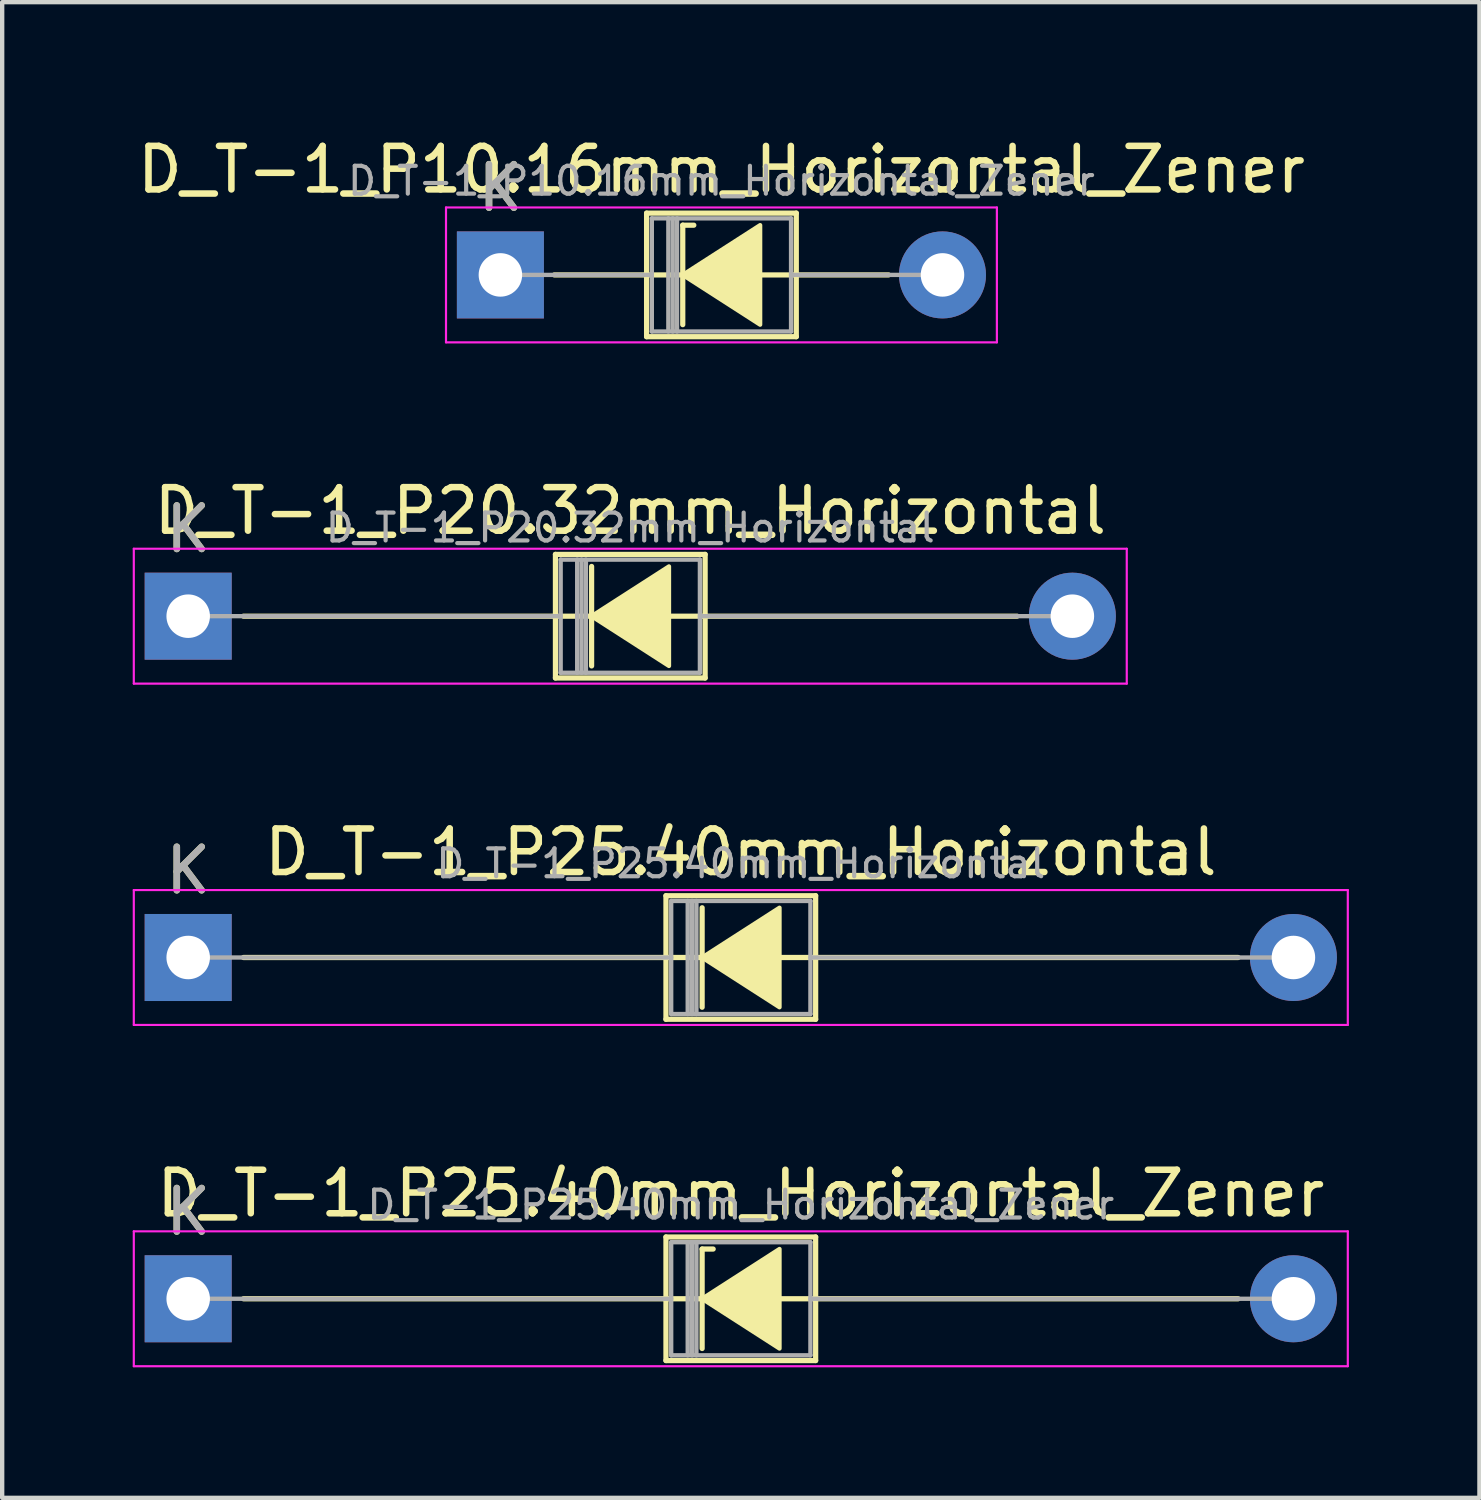
<source format=kicad_pcb>
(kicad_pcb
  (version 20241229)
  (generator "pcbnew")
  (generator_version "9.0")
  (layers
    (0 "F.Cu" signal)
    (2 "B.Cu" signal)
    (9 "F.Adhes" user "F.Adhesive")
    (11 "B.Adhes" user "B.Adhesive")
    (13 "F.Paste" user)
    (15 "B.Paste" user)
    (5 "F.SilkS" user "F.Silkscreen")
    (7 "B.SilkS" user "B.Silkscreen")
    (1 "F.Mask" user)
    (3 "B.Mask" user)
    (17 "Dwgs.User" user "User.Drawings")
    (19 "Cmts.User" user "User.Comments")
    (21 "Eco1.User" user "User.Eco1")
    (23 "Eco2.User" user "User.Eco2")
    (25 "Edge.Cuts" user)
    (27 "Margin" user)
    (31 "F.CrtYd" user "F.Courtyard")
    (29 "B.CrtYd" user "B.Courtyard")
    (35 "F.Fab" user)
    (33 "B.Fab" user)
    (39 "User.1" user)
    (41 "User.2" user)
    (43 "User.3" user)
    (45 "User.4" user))
  (footprint "D_T-1_P10.16mm_Horizontal_Zener"
    (layer "F.Cu")
    (at 8.45 3.268)
    (property "Reference" "D_T-1_P10.16mm_Horizontal_Zener" (at 5.08 -2.42 0) (layer "F.SilkS") (effects (font (size 1 1) (thickness 0.15))))
    (attr through_hole)
    (fp_line (start 1.24 0) (end 3.36 0) (stroke (width 0.12) (type solid)) (layer "F.SilkS"))
    (fp_line (start 3.36 -1.42) (end 3.36 1.42) (stroke (width 0.12) (type solid)) (layer "F.SilkS"))
    (fp_line (start 3.36 1.42) (end 6.8 1.42) (stroke (width 0.12) (type solid)) (layer "F.SilkS"))
    (fp_line (start 4.191 -1.143) (end 4.191 1.143) (stroke (width 0.12) (type solid)) (layer "F.SilkS"))
    (fp_line (start 4.191 -1.143) (end 4.445 -1.143) (stroke (width 0.12) (type solid)) (layer "F.SilkS"))
    (fp_line (start 4.318 0) (end 3.36 0) (stroke (width 0.12) (type solid)) (layer "F.SilkS"))
    (fp_line (start 5.969 0) (end 6.8 0) (stroke (width 0.12) (type solid)) (layer "F.SilkS"))
    (fp_line (start 6.8 -1.42) (end 3.36 -1.42) (stroke (width 0.12) (type solid)) (layer "F.SilkS"))
    (fp_line (start 6.8 1.42) (end 6.8 -1.42) (stroke (width 0.12) (type solid)) (layer "F.SilkS"))
    (fp_line (start 8.92 0) (end 6.8 0) (stroke (width 0.12) (type solid)) (layer "F.SilkS"))
    (fp_poly (pts (xy 5.969 1.143) (xy 4.191 0) (xy 5.969 -1.143)) (stroke (width 0.1) (type solid)) (fill yes) (layer "F.SilkS"))
    (fp_line (start -1.25 -1.55) (end -1.25 1.55) (stroke (width 0.05) (type solid)) (layer "F.CrtYd"))
    (fp_line (start -1.25 1.55) (end 11.41 1.55) (stroke (width 0.05) (type solid)) (layer "F.CrtYd"))
    (fp_line (start 11.41 -1.55) (end -1.25 -1.55) (stroke (width 0.05) (type solid)) (layer "F.CrtYd"))
    (fp_line (start 11.41 1.55) (end 11.41 -1.55) (stroke (width 0.05) (type solid)) (layer "F.CrtYd"))
    (fp_line (start 0 0) (end 3.48 0) (stroke (width 0.1) (type solid)) (layer "F.Fab"))
    (fp_line (start 3.48 -1.3) (end 3.48 1.3) (stroke (width 0.1) (type solid)) (layer "F.Fab"))
    (fp_line (start 3.48 1.3) (end 6.68 1.3) (stroke (width 0.1) (type solid)) (layer "F.Fab"))
    (fp_line (start 3.86 -1.3) (end 3.86 1.3) (stroke (width 0.1) (type solid)) (layer "F.Fab"))
    (fp_line (start 3.96 -1.3) (end 3.96 1.3) (stroke (width 0.1) (type solid)) (layer "F.Fab"))
    (fp_line (start 4.06 -1.3) (end 4.06 1.3) (stroke (width 0.1) (type solid)) (layer "F.Fab"))
    (fp_line (start 6.68 -1.3) (end 3.48 -1.3) (stroke (width 0.1) (type solid)) (layer "F.Fab"))
    (fp_line (start 6.68 1.3) (end 6.68 -1.3) (stroke (width 0.1) (type solid)) (layer "F.Fab"))
    (fp_line (start 10.16 0) (end 6.68 0) (stroke (width 0.1) (type solid)) (layer "F.Fab"))
    (fp_text user "K" (at 0 -2 0) (layer "F.SilkS") (effects (font (size 1 1) (thickness 0.15))))
    (fp_text user "${REFERENCE}" (at 5.08 -2.159 0) (layer "F.Fab") (effects (font (size 0.64 0.64) (thickness 0.096))))
    (fp_text user "K" (at 0 -2 0) (layer "F.Fab") (effects (font (size 1 1) (thickness 0.15))))
    (pad "1" thru_hole rect (at 0 0) (size 2 2) (drill 1) (layers "*.Cu" "*.Mask"))
    (pad "2" thru_hole oval (at 10.16 0) (size 2 2) (drill 1) (layers "*.Cu" "*.Mask")))
  (footprint "D_T-1_P20.32mm_Horizontal"
    (layer "F.Cu")
    (at 1.275 11.111)
    (property "Reference" "D_T-1_P20.32mm_Horizontal" (at 10.16 -2.42 0) (layer "F.SilkS") (effects (font (size 1 1) (thickness 0.15))))
    (attr through_hole)
    (fp_line (start 1.27 0) (end 8.44 0) (stroke (width 0.12) (type solid)) (layer "F.SilkS"))
    (fp_line (start 8.44 -1.42) (end 8.44 1.42) (stroke (width 0.12) (type solid)) (layer "F.SilkS"))
    (fp_line (start 8.44 1.42) (end 11.88 1.42) (stroke (width 0.12) (type solid)) (layer "F.SilkS"))
    (fp_line (start 9.271 -1.143) (end 9.271 1.143) (stroke (width 0.12) (type solid)) (layer "F.SilkS"))
    (fp_line (start 9.398 0) (end 8.44 0) (stroke (width 0.12) (type solid)) (layer "F.SilkS"))
    (fp_line (start 11.049 0) (end 11.88 0) (stroke (width 0.12) (type solid)) (layer "F.SilkS"))
    (fp_line (start 11.88 -1.42) (end 8.44 -1.42) (stroke (width 0.12) (type solid)) (layer "F.SilkS"))
    (fp_line (start 11.88 1.42) (end 11.88 -1.42) (stroke (width 0.12) (type solid)) (layer "F.SilkS"))
    (fp_line (start 19.05 0) (end 11.88 0) (stroke (width 0.12) (type solid)) (layer "F.SilkS"))
    (fp_poly (pts (xy 11.049 1.143) (xy 9.271 0) (xy 11.049 -1.143)) (stroke (width 0.1) (type solid)) (fill yes) (layer "F.SilkS"))
    (fp_line (start -1.25 -1.55) (end -1.25 1.55) (stroke (width 0.05) (type solid)) (layer "F.CrtYd"))
    (fp_line (start -1.25 1.55) (end 21.57 1.55) (stroke (width 0.05) (type solid)) (layer "F.CrtYd"))
    (fp_line (start 21.57 -1.55) (end -1.25 -1.55) (stroke (width 0.05) (type solid)) (layer "F.CrtYd"))
    (fp_line (start 21.57 1.55) (end 21.57 -1.55) (stroke (width 0.05) (type solid)) (layer "F.CrtYd"))
    (fp_line (start 0 0) (end 8.56 0) (stroke (width 0.1) (type solid)) (layer "F.Fab"))
    (fp_line (start 8.56 -1.3) (end 8.56 1.3) (stroke (width 0.1) (type solid)) (layer "F.Fab"))
    (fp_line (start 8.56 1.3) (end 11.76 1.3) (stroke (width 0.1) (type solid)) (layer "F.Fab"))
    (fp_line (start 8.94 -1.3) (end 8.94 1.3) (stroke (width 0.1) (type solid)) (layer "F.Fab"))
    (fp_line (start 9.04 -1.3) (end 9.04 1.3) (stroke (width 0.1) (type solid)) (layer "F.Fab"))
    (fp_line (start 9.14 -1.3) (end 9.14 1.3) (stroke (width 0.1) (type solid)) (layer "F.Fab"))
    (fp_line (start 11.76 -1.3) (end 8.56 -1.3) (stroke (width 0.1) (type solid)) (layer "F.Fab"))
    (fp_line (start 11.76 1.3) (end 11.76 -1.3) (stroke (width 0.1) (type solid)) (layer "F.Fab"))
    (fp_line (start 20.32 0) (end 11.76 0) (stroke (width 0.1) (type solid)) (layer "F.Fab"))
    (fp_text user "K" (at 0 -2 0) (layer "F.SilkS") (effects (font (size 1 1) (thickness 0.15))))
    (fp_text user "K" (at 0 -2 0) (layer "F.Fab") (effects (font (size 1 1) (thickness 0.15))))
    (fp_text user "${REFERENCE}" (at 10.16 -2.032 0) (layer "F.Fab") (effects (font (size 0.64 0.64) (thickness 0.096))))
    (pad "1" thru_hole rect (at 0 0) (size 2 2) (drill 1) (layers "*.Cu" "*.Mask"))
    (pad "2" thru_hole oval (at 20.32 0) (size 2 2) (drill 1) (layers "*.Cu" "*.Mask")))
  (footprint "D_T-1_P25.40mm_Horizontal_Zener"
    (layer "F.Cu")
    (at 1.275 26.798)
    (property "Reference" "D_T-1_P25.40mm_Horizontal_Zener" (at 12.7 -2.42 0) (layer "F.SilkS") (effects (font (size 1 1) (thickness 0.15))))
    (attr through_hole)
    (fp_line (start 1.27 0) (end 10.98 0) (stroke (width 0.12) (type solid)) (layer "F.SilkS"))
    (fp_line (start 10.98 -1.42) (end 10.98 1.42) (stroke (width 0.12) (type solid)) (layer "F.SilkS"))
    (fp_line (start 10.98 1.42) (end 14.42 1.42) (stroke (width 0.12) (type solid)) (layer "F.SilkS"))
    (fp_line (start 11.811 -1.143) (end 11.811 1.143) (stroke (width 0.12) (type solid)) (layer "F.SilkS"))
    (fp_line (start 11.811 -1.143) (end 12.065 -1.143) (stroke (width 0.12) (type solid)) (layer "F.SilkS"))
    (fp_line (start 11.938 0) (end 10.98 0) (stroke (width 0.12) (type solid)) (layer "F.SilkS"))
    (fp_line (start 13.589 0) (end 14.42 0) (stroke (width 0.12) (type solid)) (layer "F.SilkS"))
    (fp_line (start 14.42 -1.42) (end 10.98 -1.42) (stroke (width 0.12) (type solid)) (layer "F.SilkS"))
    (fp_line (start 14.42 1.42) (end 14.42 -1.42) (stroke (width 0.12) (type solid)) (layer "F.SilkS"))
    (fp_line (start 24.13 0) (end 14.42 0) (stroke (width 0.12) (type solid)) (layer "F.SilkS"))
    (fp_poly (pts (xy 13.589 1.143) (xy 11.811 0) (xy 13.589 -1.143)) (stroke (width 0.1) (type solid)) (fill yes) (layer "F.SilkS"))
    (fp_line (start -1.25 -1.55) (end -1.25 1.55) (stroke (width 0.05) (type solid)) (layer "F.CrtYd"))
    (fp_line (start -1.25 1.55) (end 26.65 1.55) (stroke (width 0.05) (type solid)) (layer "F.CrtYd"))
    (fp_line (start 26.65 -1.55) (end -1.25 -1.55) (stroke (width 0.05) (type solid)) (layer "F.CrtYd"))
    (fp_line (start 26.65 1.55) (end 26.65 -1.55) (stroke (width 0.05) (type solid)) (layer "F.CrtYd"))
    (fp_line (start 0 0) (end 11.1 0) (stroke (width 0.1) (type solid)) (layer "F.Fab"))
    (fp_line (start 11.1 -1.3) (end 11.1 1.3) (stroke (width 0.1) (type solid)) (layer "F.Fab"))
    (fp_line (start 11.1 1.3) (end 14.3 1.3) (stroke (width 0.1) (type solid)) (layer "F.Fab"))
    (fp_line (start 11.48 -1.3) (end 11.48 1.3) (stroke (width 0.1) (type solid)) (layer "F.Fab"))
    (fp_line (start 11.58 -1.3) (end 11.58 1.3) (stroke (width 0.1) (type solid)) (layer "F.Fab"))
    (fp_line (start 11.68 -1.3) (end 11.68 1.3) (stroke (width 0.1) (type solid)) (layer "F.Fab"))
    (fp_line (start 14.3 -1.3) (end 11.1 -1.3) (stroke (width 0.1) (type solid)) (layer "F.Fab"))
    (fp_line (start 14.3 1.3) (end 14.3 -1.3) (stroke (width 0.1) (type solid)) (layer "F.Fab"))
    (fp_line (start 25.4 0) (end 14.3 0) (stroke (width 0.1) (type solid)) (layer "F.Fab"))
    (fp_text user "K" (at 0 -2 0) (layer "F.SilkS") (effects (font (size 1 1) (thickness 0.15))))
    (fp_text user "${REFERENCE}" (at 12.7 -2.159 0) (layer "F.Fab") (effects (font (size 0.64 0.64) (thickness 0.096))))
    (fp_text user "K" (at 0 -2 0) (layer "F.Fab") (effects (font (size 1 1) (thickness 0.15))))
    (pad "1" thru_hole rect (at 0 0) (size 2 2) (drill 1) (layers "*.Cu" "*.Mask"))
    (pad "2" thru_hole oval (at 25.4 0) (size 2 2) (drill 1) (layers "*.Cu" "*.Mask")))
  (footprint "D_T-1_P25.40mm_Horizontal"
    (layer "F.Cu")
    (at 1.275 18.955)
    (property "Reference" "D_T-1_P25.40mm_Horizontal" (at 12.7 -2.42 0) (layer "F.SilkS") (effects (font (size 1 1) (thickness 0.15))))
    (attr through_hole)
    (fp_line (start 1.27 0) (end 10.98 0) (stroke (width 0.12) (type solid)) (layer "F.SilkS"))
    (fp_line (start 10.98 -1.42) (end 10.98 1.42) (stroke (width 0.12) (type solid)) (layer "F.SilkS"))
    (fp_line (start 10.98 1.42) (end 14.42 1.42) (stroke (width 0.12) (type solid)) (layer "F.SilkS"))
    (fp_line (start 11.811 -1.143) (end 11.811 1.143) (stroke (width 0.12) (type solid)) (layer "F.SilkS"))
    (fp_line (start 11.938 0) (end 10.98 0) (stroke (width 0.12) (type solid)) (layer "F.SilkS"))
    (fp_line (start 13.589 0) (end 14.42 0) (stroke (width 0.12) (type solid)) (layer "F.SilkS"))
    (fp_line (start 14.42 -1.42) (end 10.98 -1.42) (stroke (width 0.12) (type solid)) (layer "F.SilkS"))
    (fp_line (start 14.42 1.42) (end 14.42 -1.42) (stroke (width 0.12) (type solid)) (layer "F.SilkS"))
    (fp_line (start 24.13 0) (end 14.42 0) (stroke (width 0.12) (type solid)) (layer "F.SilkS"))
    (fp_poly (pts (xy 13.589 1.143) (xy 11.811 0) (xy 13.589 -1.143)) (stroke (width 0.1) (type solid)) (fill yes) (layer "F.SilkS"))
    (fp_line (start -1.25 -1.55) (end -1.25 1.55) (stroke (width 0.05) (type solid)) (layer "F.CrtYd"))
    (fp_line (start -1.25 1.55) (end 26.65 1.55) (stroke (width 0.05) (type solid)) (layer "F.CrtYd"))
    (fp_line (start 26.65 -1.55) (end -1.25 -1.55) (stroke (width 0.05) (type solid)) (layer "F.CrtYd"))
    (fp_line (start 26.65 1.55) (end 26.65 -1.55) (stroke (width 0.05) (type solid)) (layer "F.CrtYd"))
    (fp_line (start 0 0) (end 11.1 0) (stroke (width 0.1) (type solid)) (layer "F.Fab"))
    (fp_line (start 11.1 -1.3) (end 11.1 1.3) (stroke (width 0.1) (type solid)) (layer "F.Fab"))
    (fp_line (start 11.1 1.3) (end 14.3 1.3) (stroke (width 0.1) (type solid)) (layer "F.Fab"))
    (fp_line (start 11.48 -1.3) (end 11.48 1.3) (stroke (width 0.1) (type solid)) (layer "F.Fab"))
    (fp_line (start 11.58 -1.3) (end 11.58 1.3) (stroke (width 0.1) (type solid)) (layer "F.Fab"))
    (fp_line (start 11.68 -1.3) (end 11.68 1.3) (stroke (width 0.1) (type solid)) (layer "F.Fab"))
    (fp_line (start 14.3 -1.3) (end 11.1 -1.3) (stroke (width 0.1) (type solid)) (layer "F.Fab"))
    (fp_line (start 14.3 1.3) (end 14.3 -1.3) (stroke (width 0.1) (type solid)) (layer "F.Fab"))
    (fp_line (start 25.4 0) (end 14.3 0) (stroke (width 0.1) (type solid)) (layer "F.Fab"))
    (fp_text user "K" (at 0 -2 0) (layer "F.SilkS") (effects (font (size 1 1) (thickness 0.15))))
    (fp_text user "${REFERENCE}" (at 12.7 -2.159 0) (layer "F.Fab") (effects (font (size 0.64 0.64) (thickness 0.096))))
    (fp_text user "K" (at 0 -2 0) (layer "F.Fab") (effects (font (size 1 1) (thickness 0.15))))
    (pad "1" thru_hole rect (at 0 0) (size 2 2) (drill 1) (layers "*.Cu" "*.Mask"))
    (pad "2" thru_hole oval (at 25.4 0) (size 2 2) (drill 1) (layers "*.Cu" "*.Mask")))
  (gr_rect
    (start -3 -3)
    (end 30.95 31.373)
    (stroke (width 0.1) (type default))
    (fill no)
    (layer "Edge.Cuts")))
</source>
